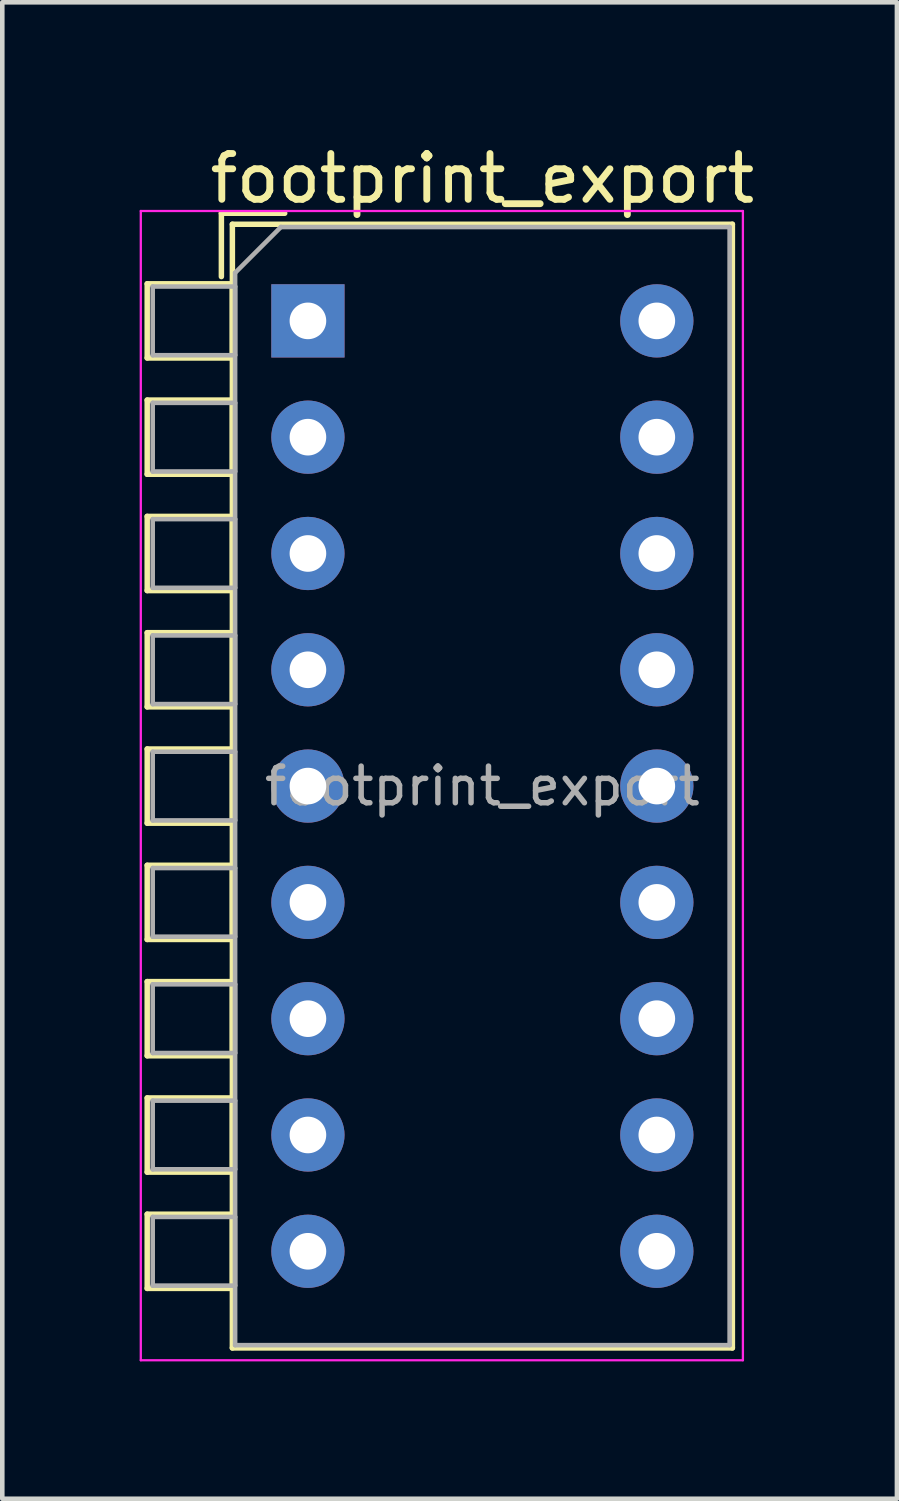
<source format=kicad_pcb>
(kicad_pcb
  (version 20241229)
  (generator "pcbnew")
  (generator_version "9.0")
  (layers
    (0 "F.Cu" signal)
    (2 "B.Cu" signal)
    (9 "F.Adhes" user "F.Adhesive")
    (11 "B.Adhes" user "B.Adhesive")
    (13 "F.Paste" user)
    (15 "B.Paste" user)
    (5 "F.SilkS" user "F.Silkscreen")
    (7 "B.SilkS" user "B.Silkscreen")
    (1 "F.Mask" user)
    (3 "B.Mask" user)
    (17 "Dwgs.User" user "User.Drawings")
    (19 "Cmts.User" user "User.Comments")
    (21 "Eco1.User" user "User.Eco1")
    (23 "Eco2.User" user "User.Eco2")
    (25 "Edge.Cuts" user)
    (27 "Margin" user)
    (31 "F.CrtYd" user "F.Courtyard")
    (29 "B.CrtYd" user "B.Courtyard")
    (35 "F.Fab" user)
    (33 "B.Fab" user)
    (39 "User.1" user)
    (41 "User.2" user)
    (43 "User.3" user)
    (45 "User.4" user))
  (footprint "footprint_export"
    (layer "F.Cu")
    (at 3.675 3.958)
    (property "Reference" "footprint_export" (at 3.81 -3.11 0) (layer "F.SilkS") (effects (font (size 1 1) (thickness 0.15))))
    (attr through_hole)
    (fp_line (start -3.51 -0.81) (end -3.51 0.81) (stroke (width 0.12) (type solid)) (layer "F.SilkS"))
    (fp_line (start -3.51 -0.81) (end -1.65 -0.81) (stroke (width 0.12) (type solid)) (layer "F.SilkS"))
    (fp_line (start -3.51 0.81) (end -1.65 0.81) (stroke (width 0.12) (type solid)) (layer "F.SilkS"))
    (fp_line (start -3.51 1.73) (end -3.51 3.35) (stroke (width 0.12) (type solid)) (layer "F.SilkS"))
    (fp_line (start -3.51 1.73) (end -1.65 1.73) (stroke (width 0.12) (type solid)) (layer "F.SilkS"))
    (fp_line (start -3.51 3.35) (end -1.65 3.35) (stroke (width 0.12) (type solid)) (layer "F.SilkS"))
    (fp_line (start -3.51 4.27) (end -3.51 5.89) (stroke (width 0.12) (type solid)) (layer "F.SilkS"))
    (fp_line (start -3.51 4.27) (end -1.65 4.27) (stroke (width 0.12) (type solid)) (layer "F.SilkS"))
    (fp_line (start -3.51 5.89) (end -1.65 5.89) (stroke (width 0.12) (type solid)) (layer "F.SilkS"))
    (fp_line (start -3.51 6.81) (end -3.51 8.43) (stroke (width 0.12) (type solid)) (layer "F.SilkS"))
    (fp_line (start -3.51 6.81) (end -1.65 6.81) (stroke (width 0.12) (type solid)) (layer "F.SilkS"))
    (fp_line (start -3.51 8.43) (end -1.65 8.43) (stroke (width 0.12) (type solid)) (layer "F.SilkS"))
    (fp_line (start -3.51 9.35) (end -3.51 10.97) (stroke (width 0.12) (type solid)) (layer "F.SilkS"))
    (fp_line (start -3.51 9.35) (end -1.65 9.35) (stroke (width 0.12) (type solid)) (layer "F.SilkS"))
    (fp_line (start -3.51 10.97) (end -1.65 10.97) (stroke (width 0.12) (type solid)) (layer "F.SilkS"))
    (fp_line (start -3.51 11.89) (end -3.51 13.51) (stroke (width 0.12) (type solid)) (layer "F.SilkS"))
    (fp_line (start -3.51 11.89) (end -1.65 11.89) (stroke (width 0.12) (type solid)) (layer "F.SilkS"))
    (fp_line (start -3.51 13.51) (end -1.65 13.51) (stroke (width 0.12) (type solid)) (layer "F.SilkS"))
    (fp_line (start -3.51 14.43) (end -3.51 16.05) (stroke (width 0.12) (type solid)) (layer "F.SilkS"))
    (fp_line (start -3.51 14.43) (end -1.65 14.43) (stroke (width 0.12) (type solid)) (layer "F.SilkS"))
    (fp_line (start -3.51 16.05) (end -1.65 16.05) (stroke (width 0.12) (type solid)) (layer "F.SilkS"))
    (fp_line (start -3.51 16.971) (end -3.51 18.591) (stroke (width 0.12) (type solid)) (layer "F.SilkS"))
    (fp_line (start -3.51 16.971) (end -1.65 16.971) (stroke (width 0.12) (type solid)) (layer "F.SilkS"))
    (fp_line (start -3.51 18.591) (end -1.65 18.591) (stroke (width 0.12) (type solid)) (layer "F.SilkS"))
    (fp_line (start -3.51 19.51) (end -3.51 21.131) (stroke (width 0.12) (type solid)) (layer "F.SilkS"))
    (fp_line (start -3.51 19.51) (end -1.65 19.51) (stroke (width 0.12) (type solid)) (layer "F.SilkS"))
    (fp_line (start -3.51 21.131) (end -1.65 21.131) (stroke (width 0.12) (type solid)) (layer "F.SilkS"))
    (fp_line (start -1.89 -2.35) (end -1.89 -0.967) (stroke (width 0.12) (type solid)) (layer "F.SilkS"))
    (fp_line (start -1.89 -2.35) (end -0.507 -2.35) (stroke (width 0.12) (type solid)) (layer "F.SilkS"))
    (fp_line (start -1.65 -2.11) (end -1.65 22.431) (stroke (width 0.12) (type solid)) (layer "F.SilkS"))
    (fp_line (start -1.65 -2.11) (end 9.27 -2.11) (stroke (width 0.12) (type solid)) (layer "F.SilkS"))
    (fp_line (start -1.65 -0.81) (end -1.65 0.81) (stroke (width 0.12) (type solid)) (layer "F.SilkS"))
    (fp_line (start -1.65 1.73) (end -1.65 3.35) (stroke (width 0.12) (type solid)) (layer "F.SilkS"))
    (fp_line (start -1.65 4.27) (end -1.65 5.89) (stroke (width 0.12) (type solid)) (layer "F.SilkS"))
    (fp_line (start -1.65 6.81) (end -1.65 8.43) (stroke (width 0.12) (type solid)) (layer "F.SilkS"))
    (fp_line (start -1.65 9.35) (end -1.65 10.97) (stroke (width 0.12) (type solid)) (layer "F.SilkS"))
    (fp_line (start -1.65 11.89) (end -1.65 13.51) (stroke (width 0.12) (type solid)) (layer "F.SilkS"))
    (fp_line (start -1.65 14.43) (end -1.65 16.05) (stroke (width 0.12) (type solid)) (layer "F.SilkS"))
    (fp_line (start -1.65 16.971) (end -1.65 18.591) (stroke (width 0.12) (type solid)) (layer "F.SilkS"))
    (fp_line (start -1.65 19.51) (end -1.65 21.131) (stroke (width 0.12) (type solid)) (layer "F.SilkS"))
    (fp_line (start -1.65 22.431) (end 9.27 22.431) (stroke (width 0.12) (type solid)) (layer "F.SilkS"))
    (fp_line (start 9.27 -2.11) (end 9.27 22.431) (stroke (width 0.12) (type solid)) (layer "F.SilkS"))
    (fp_line (start -3.65 -2.4) (end -3.65 22.7) (stroke (width 0.05) (type solid)) (layer "F.CrtYd"))
    (fp_line (start -3.65 22.7) (end 9.5 22.7) (stroke (width 0.05) (type solid)) (layer "F.CrtYd"))
    (fp_line (start 9.5 -2.4) (end -3.65 -2.4) (stroke (width 0.05) (type solid)) (layer "F.CrtYd"))
    (fp_line (start 9.5 22.7) (end 9.5 -2.4) (stroke (width 0.05) (type solid)) (layer "F.CrtYd"))
    (fp_line (start -3.39 -0.75) (end -1.59 -0.75) (stroke (width 0.1) (type solid)) (layer "F.Fab"))
    (fp_line (start -3.39 0.75) (end -3.39 -0.75) (stroke (width 0.1) (type solid)) (layer "F.Fab"))
    (fp_line (start -3.39 1.79) (end -1.59 1.79) (stroke (width 0.1) (type solid)) (layer "F.Fab"))
    (fp_line (start -3.39 3.29) (end -3.39 1.79) (stroke (width 0.1) (type solid)) (layer "F.Fab"))
    (fp_line (start -3.39 4.33) (end -1.59 4.33) (stroke (width 0.1) (type solid)) (layer "F.Fab"))
    (fp_line (start -3.39 5.83) (end -3.39 4.33) (stroke (width 0.1) (type solid)) (layer "F.Fab"))
    (fp_line (start -3.39 6.87) (end -1.59 6.87) (stroke (width 0.1) (type solid)) (layer "F.Fab"))
    (fp_line (start -3.39 8.37) (end -3.39 6.87) (stroke (width 0.1) (type solid)) (layer "F.Fab"))
    (fp_line (start -3.39 9.41) (end -1.59 9.41) (stroke (width 0.1) (type solid)) (layer "F.Fab"))
    (fp_line (start -3.39 10.91) (end -3.39 9.41) (stroke (width 0.1) (type solid)) (layer "F.Fab"))
    (fp_line (start -3.39 11.95) (end -1.59 11.95) (stroke (width 0.1) (type solid)) (layer "F.Fab"))
    (fp_line (start -3.39 13.45) (end -3.39 11.95) (stroke (width 0.1) (type solid)) (layer "F.Fab"))
    (fp_line (start -3.39 14.49) (end -1.59 14.49) (stroke (width 0.1) (type solid)) (layer "F.Fab"))
    (fp_line (start -3.39 15.99) (end -3.39 14.49) (stroke (width 0.1) (type solid)) (layer "F.Fab"))
    (fp_line (start -3.39 17.03) (end -1.59 17.03) (stroke (width 0.1) (type solid)) (layer "F.Fab"))
    (fp_line (start -3.39 18.53) (end -3.39 17.03) (stroke (width 0.1) (type solid)) (layer "F.Fab"))
    (fp_line (start -3.39 19.57) (end -1.59 19.57) (stroke (width 0.1) (type solid)) (layer "F.Fab"))
    (fp_line (start -3.39 21.07) (end -3.39 19.57) (stroke (width 0.1) (type solid)) (layer "F.Fab"))
    (fp_line (start -1.59 -1.05) (end -0.59 -2.05) (stroke (width 0.1) (type solid)) (layer "F.Fab"))
    (fp_line (start -1.59 -0.75) (end -1.59 0.75) (stroke (width 0.1) (type solid)) (layer "F.Fab"))
    (fp_line (start -1.59 0.75) (end -3.39 0.75) (stroke (width 0.1) (type solid)) (layer "F.Fab"))
    (fp_line (start -1.59 1.79) (end -1.59 3.29) (stroke (width 0.1) (type solid)) (layer "F.Fab"))
    (fp_line (start -1.59 3.29) (end -3.39 3.29) (stroke (width 0.1) (type solid)) (layer "F.Fab"))
    (fp_line (start -1.59 4.33) (end -1.59 5.83) (stroke (width 0.1) (type solid)) (layer "F.Fab"))
    (fp_line (start -1.59 5.83) (end -3.39 5.83) (stroke (width 0.1) (type solid)) (layer "F.Fab"))
    (fp_line (start -1.59 6.87) (end -1.59 8.37) (stroke (width 0.1) (type solid)) (layer "F.Fab"))
    (fp_line (start -1.59 8.37) (end -3.39 8.37) (stroke (width 0.1) (type solid)) (layer "F.Fab"))
    (fp_line (start -1.59 9.41) (end -1.59 10.91) (stroke (width 0.1) (type solid)) (layer "F.Fab"))
    (fp_line (start -1.59 10.91) (end -3.39 10.91) (stroke (width 0.1) (type solid)) (layer "F.Fab"))
    (fp_line (start -1.59 11.95) (end -1.59 13.45) (stroke (width 0.1) (type solid)) (layer "F.Fab"))
    (fp_line (start -1.59 13.45) (end -3.39 13.45) (stroke (width 0.1) (type solid)) (layer "F.Fab"))
    (fp_line (start -1.59 14.49) (end -1.59 15.99) (stroke (width 0.1) (type solid)) (layer "F.Fab"))
    (fp_line (start -1.59 15.99) (end -3.39 15.99) (stroke (width 0.1) (type solid)) (layer "F.Fab"))
    (fp_line (start -1.59 17.03) (end -1.59 18.53) (stroke (width 0.1) (type solid)) (layer "F.Fab"))
    (fp_line (start -1.59 18.53) (end -3.39 18.53) (stroke (width 0.1) (type solid)) (layer "F.Fab"))
    (fp_line (start -1.59 19.57) (end -1.59 21.07) (stroke (width 0.1) (type solid)) (layer "F.Fab"))
    (fp_line (start -1.59 21.07) (end -3.39 21.07) (stroke (width 0.1) (type solid)) (layer "F.Fab"))
    (fp_line (start -1.59 22.37) (end -1.59 -1.05) (stroke (width 0.1) (type solid)) (layer "F.Fab"))
    (fp_line (start -0.59 -2.05) (end 9.21 -2.05) (stroke (width 0.1) (type solid)) (layer "F.Fab"))
    (fp_line (start 9.21 -2.05) (end 9.21 22.37) (stroke (width 0.1) (type solid)) (layer "F.Fab"))
    (fp_line (start 9.21 22.37) (end -1.59 22.37) (stroke (width 0.1) (type solid)) (layer "F.Fab"))
    (fp_text user "${REFERENCE}" (at 3.81 10.16 0) (layer "F.Fab") (effects (font (size 0.8 0.8) (thickness 0.12))))
    (pad "1" thru_hole rect (at 0 0) (size 1.6 1.6) (drill 0.8) (layers "*.Cu" "*.Mask"))
    (pad "2" thru_hole oval (at 0 2.54) (size 1.6 1.6) (drill 0.8) (layers "*.Cu" "*.Mask"))
    (pad "3" thru_hole oval (at 0 5.08) (size 1.6 1.6) (drill 0.8) (layers "*.Cu" "*.Mask"))
    (pad "4" thru_hole oval (at 0 7.62) (size 1.6 1.6) (drill 0.8) (layers "*.Cu" "*.Mask"))
    (pad "5" thru_hole oval (at 0 10.16) (size 1.6 1.6) (drill 0.8) (layers "*.Cu" "*.Mask"))
    (pad "6" thru_hole oval (at 0 12.7) (size 1.6 1.6) (drill 0.8) (layers "*.Cu" "*.Mask"))
    (pad "7" thru_hole oval (at 0 15.24) (size 1.6 1.6) (drill 0.8) (layers "*.Cu" "*.Mask"))
    (pad "8" thru_hole oval (at 0 17.78) (size 1.6 1.6) (drill 0.8) (layers "*.Cu" "*.Mask"))
    (pad "9" thru_hole oval (at 0 20.32) (size 1.6 1.6) (drill 0.8) (layers "*.Cu" "*.Mask"))
    (pad "10" thru_hole oval (at 7.62 20.32) (size 1.6 1.6) (drill 0.8) (layers "*.Cu" "*.Mask"))
    (pad "11" thru_hole oval (at 7.62 17.78) (size 1.6 1.6) (drill 0.8) (layers "*.Cu" "*.Mask"))
    (pad "12" thru_hole oval (at 7.62 15.24) (size 1.6 1.6) (drill 0.8) (layers "*.Cu" "*.Mask"))
    (pad "13" thru_hole oval (at 7.62 12.7) (size 1.6 1.6) (drill 0.8) (layers "*.Cu" "*.Mask"))
    (pad "14" thru_hole oval (at 7.62 10.16) (size 1.6 1.6) (drill 0.8) (layers "*.Cu" "*.Mask"))
    (pad "15" thru_hole oval (at 7.62 7.62) (size 1.6 1.6) (drill 0.8) (layers "*.Cu" "*.Mask"))
    (pad "16" thru_hole oval (at 7.62 5.08) (size 1.6 1.6) (drill 0.8) (layers "*.Cu" "*.Mask"))
    (pad "17" thru_hole oval (at 7.62 2.54) (size 1.6 1.6) (drill 0.8) (layers "*.Cu" "*.Mask"))
    (pad "18" thru_hole oval (at 7.62 0) (size 1.6 1.6) (drill 0.8) (layers "*.Cu" "*.Mask")))
  (gr_rect
    (start -3 -3)
    (end 16.539 29.683)
    (stroke (width 0.1) (type default))
    (fill no)
    (layer "Edge.Cuts")))
</source>
